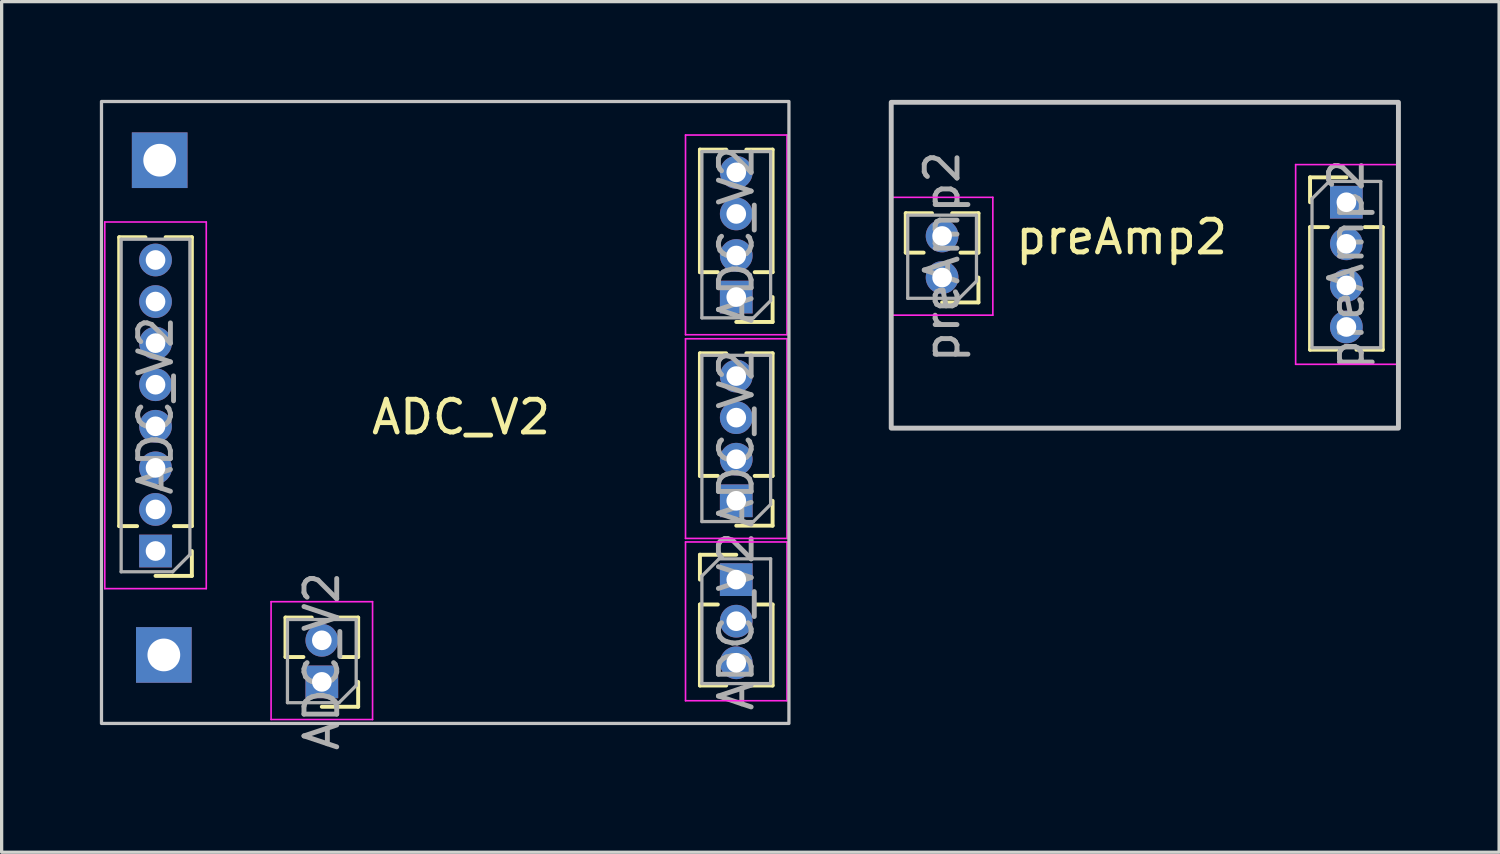
<source format=kicad_pcb>
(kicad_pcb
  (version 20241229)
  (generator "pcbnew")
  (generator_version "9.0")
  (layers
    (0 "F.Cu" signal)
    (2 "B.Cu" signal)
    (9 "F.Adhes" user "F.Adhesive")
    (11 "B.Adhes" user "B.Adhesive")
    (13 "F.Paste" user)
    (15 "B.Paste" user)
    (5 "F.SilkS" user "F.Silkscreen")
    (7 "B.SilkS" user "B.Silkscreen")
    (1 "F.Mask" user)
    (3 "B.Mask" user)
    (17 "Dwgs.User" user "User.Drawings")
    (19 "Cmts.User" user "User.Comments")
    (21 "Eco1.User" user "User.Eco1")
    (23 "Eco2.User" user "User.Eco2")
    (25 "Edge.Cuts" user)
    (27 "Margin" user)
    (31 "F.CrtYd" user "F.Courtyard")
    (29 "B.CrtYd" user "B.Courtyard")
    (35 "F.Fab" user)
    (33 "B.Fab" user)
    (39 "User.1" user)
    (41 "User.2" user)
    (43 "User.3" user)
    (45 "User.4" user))
  (footprint "ADC_V2"
    (layer "F.Cu")
    (at 11.034 10.191)
    (property "Reference" "ADC_V2" (at 0 -0.5 0) (unlocked yes) (layer "F.SilkS") (effects (font (size 1 1) (thickness 0.15))))
    (attr through_hole)
    (fp_line (start -10.443 2.831) (end -10.443 -5.994) (stroke (width 0.12) (type solid)) (layer "F.SilkS"))
    (fp_line (start -9.896 2.831) (end -10.443 2.831) (stroke (width 0.12) (type solid)) (layer "F.SilkS"))
    (fp_line (start -9.64 -5.994) (end -10.443 -5.994) (stroke (width 0.12) (type solid)) (layer "F.SilkS"))
    (fp_line (start -8.223 -5.994) (end -9.025 -5.994) (stroke (width 0.12) (type solid)) (layer "F.SilkS"))
    (fp_line (start -8.223 2.831) (end -8.769 2.831) (stroke (width 0.12) (type solid)) (layer "F.SilkS"))
    (fp_line (start -8.223 2.831) (end -8.223 -5.994) (stroke (width 0.12) (type solid)) (layer "F.SilkS"))
    (fp_line (start -8.223 3.591) (end -8.223 4.351) (stroke (width 0.12) (type solid)) (layer "F.SilkS"))
    (fp_line (start -8.223 4.351) (end -9.333 4.351) (stroke (width 0.12) (type solid)) (layer "F.SilkS"))
    (fp_line (start -5.363 6.829) (end -5.363 5.624) (stroke (width 0.12) (type solid)) (layer "F.SilkS"))
    (fp_line (start -4.816 6.829) (end -5.363 6.829) (stroke (width 0.12) (type solid)) (layer "F.SilkS"))
    (fp_line (start -4.56 5.624) (end -5.363 5.624) (stroke (width 0.12) (type solid)) (layer "F.SilkS"))
    (fp_line (start -3.143 5.624) (end -3.945 5.624) (stroke (width 0.12) (type solid)) (layer "F.SilkS"))
    (fp_line (start -3.143 6.829) (end -3.689 6.829) (stroke (width 0.12) (type solid)) (layer "F.SilkS"))
    (fp_line (start -3.143 6.829) (end -3.143 5.624) (stroke (width 0.12) (type solid)) (layer "F.SilkS"))
    (fp_line (start -3.143 7.589) (end -3.143 8.349) (stroke (width 0.12) (type solid)) (layer "F.SilkS"))
    (fp_line (start -3.143 8.349) (end -4.253 8.349) (stroke (width 0.12) (type solid)) (layer "F.SilkS"))
    (fp_line (start 7.297 -4.926) (end 7.297 -8.671) (stroke (width 0.12) (type solid)) (layer "F.SilkS"))
    (fp_line (start 7.297 1.297) (end 7.297 -2.448) (stroke (width 0.12) (type solid)) (layer "F.SilkS"))
    (fp_line (start 7.297 3.705) (end 8.407 3.705) (stroke (width 0.12) (type solid)) (layer "F.SilkS"))
    (fp_line (start 7.297 4.465) (end 7.297 3.705) (stroke (width 0.12) (type solid)) (layer "F.SilkS"))
    (fp_line (start 7.297 5.225) (end 7.297 7.7) (stroke (width 0.12) (type solid)) (layer "F.SilkS"))
    (fp_line (start 7.297 5.225) (end 7.844 5.225) (stroke (width 0.12) (type solid)) (layer "F.SilkS"))
    (fp_line (start 7.297 7.7) (end 8.1 7.7) (stroke (width 0.12) (type solid)) (layer "F.SilkS"))
    (fp_line (start 7.844 -4.926) (end 7.297 -4.926) (stroke (width 0.12) (type solid)) (layer "F.SilkS"))
    (fp_line (start 7.844 1.297) (end 7.297 1.297) (stroke (width 0.12) (type solid)) (layer "F.SilkS"))
    (fp_line (start 8.1 -8.671) (end 7.297 -8.671) (stroke (width 0.12) (type solid)) (layer "F.SilkS"))
    (fp_line (start 8.1 -2.448) (end 7.297 -2.448) (stroke (width 0.12) (type solid)) (layer "F.SilkS"))
    (fp_line (start 8.715 7.7) (end 9.517 7.7) (stroke (width 0.12) (type solid)) (layer "F.SilkS"))
    (fp_line (start 8.971 5.225) (end 9.517 5.225) (stroke (width 0.12) (type solid)) (layer "F.SilkS"))
    (fp_line (start 9.517 -8.671) (end 8.715 -8.671) (stroke (width 0.12) (type solid)) (layer "F.SilkS"))
    (fp_line (start 9.517 -4.926) (end 8.971 -4.926) (stroke (width 0.12) (type solid)) (layer "F.SilkS"))
    (fp_line (start 9.517 -4.926) (end 9.517 -8.671) (stroke (width 0.12) (type solid)) (layer "F.SilkS"))
    (fp_line (start 9.517 -4.166) (end 9.517 -3.406) (stroke (width 0.12) (type solid)) (layer "F.SilkS"))
    (fp_line (start 9.517 -3.406) (end 8.407 -3.406) (stroke (width 0.12) (type solid)) (layer "F.SilkS"))
    (fp_line (start 9.517 -2.448) (end 8.715 -2.448) (stroke (width 0.12) (type solid)) (layer "F.SilkS"))
    (fp_line (start 9.517 1.297) (end 8.971 1.297) (stroke (width 0.12) (type solid)) (layer "F.SilkS"))
    (fp_line (start 9.517 1.297) (end 9.517 -2.448) (stroke (width 0.12) (type solid)) (layer "F.SilkS"))
    (fp_line (start 9.517 2.057) (end 9.517 2.817) (stroke (width 0.12) (type solid)) (layer "F.SilkS"))
    (fp_line (start 9.517 2.817) (end 8.407 2.817) (stroke (width 0.12) (type solid)) (layer "F.SilkS"))
    (fp_line (start 9.517 5.225) (end 9.517 7.7) (stroke (width 0.12) (type solid)) (layer "F.SilkS"))
    (fp_rect (start -10.984 -10.141) (end 10.016 8.859) (stroke (width 0.1) (type default)) (fill no) (layer "Dwgs.User"))
    (fp_line (start -10.883 -6.459) (end -10.883 4.741) (stroke (width 0.05) (type solid)) (layer "F.CrtYd"))
    (fp_line (start -10.883 4.741) (end -7.783 4.741) (stroke (width 0.05) (type solid)) (layer "F.CrtYd"))
    (fp_line (start -7.783 -6.459) (end -10.883 -6.459) (stroke (width 0.05) (type solid)) (layer "F.CrtYd"))
    (fp_line (start -7.783 4.741) (end -7.783 -6.459) (stroke (width 0.05) (type solid)) (layer "F.CrtYd"))
    (fp_line (start -5.803 5.139) (end -5.803 8.739) (stroke (width 0.05) (type solid)) (layer "F.CrtYd"))
    (fp_line (start -5.803 8.739) (end -2.703 8.739) (stroke (width 0.05) (type solid)) (layer "F.CrtYd"))
    (fp_line (start -2.703 5.139) (end -5.803 5.139) (stroke (width 0.05) (type solid)) (layer "F.CrtYd"))
    (fp_line (start -2.703 8.739) (end -2.703 5.139) (stroke (width 0.05) (type solid)) (layer "F.CrtYd"))
    (fp_line (start 6.857 -9.116) (end 6.857 -3.016) (stroke (width 0.05) (type solid)) (layer "F.CrtYd"))
    (fp_line (start 6.857 -3.016) (end 9.957 -3.016) (stroke (width 0.05) (type solid)) (layer "F.CrtYd"))
    (fp_line (start 6.857 -2.893) (end 6.857 3.207) (stroke (width 0.05) (type solid)) (layer "F.CrtYd"))
    (fp_line (start 6.857 3.207) (end 9.957 3.207) (stroke (width 0.05) (type solid)) (layer "F.CrtYd"))
    (fp_line (start 6.857 3.315) (end 6.857 8.165) (stroke (width 0.05) (type solid)) (layer "F.CrtYd"))
    (fp_line (start 6.857 8.165) (end 9.957 8.165) (stroke (width 0.05) (type solid)) (layer "F.CrtYd"))
    (fp_line (start 9.957 -9.116) (end 6.857 -9.116) (stroke (width 0.05) (type solid)) (layer "F.CrtYd"))
    (fp_line (start 9.957 -3.016) (end 9.957 -9.116) (stroke (width 0.05) (type solid)) (layer "F.CrtYd"))
    (fp_line (start 9.957 -2.893) (end 6.857 -2.893) (stroke (width 0.05) (type solid)) (layer "F.CrtYd"))
    (fp_line (start 9.957 3.207) (end 9.957 -2.893) (stroke (width 0.05) (type solid)) (layer "F.CrtYd"))
    (fp_line (start 9.957 3.315) (end 6.857 3.315) (stroke (width 0.05) (type solid)) (layer "F.CrtYd"))
    (fp_line (start 9.957 8.165) (end 9.957 3.315) (stroke (width 0.05) (type solid)) (layer "F.CrtYd"))
    (fp_line (start -10.383 -5.934) (end -8.283 -5.934) (stroke (width 0.1) (type solid)) (layer "F.Fab"))
    (fp_line (start -10.383 4.226) (end -10.383 -5.934) (stroke (width 0.1) (type solid)) (layer "F.Fab"))
    (fp_line (start -8.808 4.226) (end -10.383 4.226) (stroke (width 0.1) (type solid)) (layer "F.Fab"))
    (fp_line (start -8.283 -5.934) (end -8.283 3.701) (stroke (width 0.1) (type solid)) (layer "F.Fab"))
    (fp_line (start -8.283 3.701) (end -8.808 4.226) (stroke (width 0.1) (type solid)) (layer "F.Fab"))
    (fp_line (start -5.303 5.684) (end -3.203 5.684) (stroke (width 0.1) (type solid)) (layer "F.Fab"))
    (fp_line (start -5.303 8.224) (end -5.303 5.684) (stroke (width 0.1) (type solid)) (layer "F.Fab"))
    (fp_line (start -3.728 8.224) (end -5.303 8.224) (stroke (width 0.1) (type solid)) (layer "F.Fab"))
    (fp_line (start -3.203 5.684) (end -3.203 7.699) (stroke (width 0.1) (type solid)) (layer "F.Fab"))
    (fp_line (start -3.203 7.699) (end -3.728 8.224) (stroke (width 0.1) (type solid)) (layer "F.Fab"))
    (fp_line (start 7.357 -8.611) (end 9.457 -8.611) (stroke (width 0.1) (type solid)) (layer "F.Fab"))
    (fp_line (start 7.357 -3.531) (end 7.357 -8.611) (stroke (width 0.1) (type solid)) (layer "F.Fab"))
    (fp_line (start 7.357 -2.388) (end 9.457 -2.388) (stroke (width 0.1) (type solid)) (layer "F.Fab"))
    (fp_line (start 7.357 2.692) (end 7.357 -2.388) (stroke (width 0.1) (type solid)) (layer "F.Fab"))
    (fp_line (start 7.357 4.355) (end 7.882 3.83) (stroke (width 0.1) (type solid)) (layer "F.Fab"))
    (fp_line (start 7.357 7.64) (end 7.357 4.355) (stroke (width 0.1) (type solid)) (layer "F.Fab"))
    (fp_line (start 7.882 3.83) (end 9.457 3.83) (stroke (width 0.1) (type solid)) (layer "F.Fab"))
    (fp_line (start 8.932 -3.531) (end 7.357 -3.531) (stroke (width 0.1) (type solid)) (layer "F.Fab"))
    (fp_line (start 8.932 2.692) (end 7.357 2.692) (stroke (width 0.1) (type solid)) (layer "F.Fab"))
    (fp_line (start 9.457 -8.611) (end 9.457 -4.056) (stroke (width 0.1) (type solid)) (layer "F.Fab"))
    (fp_line (start 9.457 -4.056) (end 8.932 -3.531) (stroke (width 0.1) (type solid)) (layer "F.Fab"))
    (fp_line (start 9.457 -2.388) (end 9.457 2.167) (stroke (width 0.1) (type solid)) (layer "F.Fab"))
    (fp_line (start 9.457 2.167) (end 8.932 2.692) (stroke (width 0.1) (type solid)) (layer "F.Fab"))
    (fp_line (start 9.457 3.83) (end 9.457 7.64) (stroke (width 0.1) (type solid)) (layer "F.Fab"))
    (fp_line (start 9.457 7.64) (end 7.357 7.64) (stroke (width 0.1) (type solid)) (layer "F.Fab"))
    (fp_text user "${REFERENCE}" (at 8.407 5.735 90) (layer "F.Fab") (effects (font (size 1 1) (thickness 0.15))))
    (fp_text user "${REFERENCE}" (at -4.253 6.954 90) (layer "F.Fab") (effects (font (size 1 1) (thickness 0.15))))
    (fp_text user "${REFERENCE}" (at 8.407 -6.071 90) (layer "F.Fab") (effects (font (size 1 1) (thickness 0.15))))
    (fp_text user "${REFERENCE}" (at 8.407 0.152 90) (layer "F.Fab") (effects (font (size 1 1) (thickness 0.15))))
    (fp_text user "${REFERENCE}" (at -9.333 -0.854 90) (layer "F.Fab") (effects (font (size 1 1) (thickness 0.15))))
    (pad "1" thru_hole rect (at -9.206 -8.347) (size 1.7 1.7) (drill 1) (layers "*.Cu" "*.Mask"))
    (pad "2" thru_hole oval (at -9.333 -5.299 180) (size 1 1) (drill 0.6) (layers "*.Cu" "*.Mask"))
    (pad "3" thru_hole oval (at -9.333 -4.029 180) (size 1 1) (drill 0.6) (layers "*.Cu" "*.Mask"))
    (pad "4" thru_hole oval (at -9.333 -2.759 180) (size 1 1) (drill 0.6) (layers "*.Cu" "*.Mask"))
    (pad "5" thru_hole oval (at -9.333 -1.489 180) (size 1 1) (drill 0.6) (layers "*.Cu" "*.Mask"))
    (pad "6" thru_hole oval (at -9.333 -0.219 180) (size 1 1) (drill 0.6) (layers "*.Cu" "*.Mask"))
    (pad "7" thru_hole oval (at -9.333 1.051 180) (size 1 1) (drill 0.6) (layers "*.Cu" "*.Mask"))
    (pad "8" thru_hole oval (at -9.333 2.321 180) (size 1 1) (drill 0.6) (layers "*.Cu" "*.Mask"))
    (pad "9" thru_hole rect (at -9.333 3.591 180) (size 1 1) (drill 0.6) (layers "*.Cu" "*.Mask"))
    (pad "10" thru_hole rect (at -9.079 6.766) (size 1.7 1.7) (drill 1) (layers "*.Cu" "*.Mask"))
    (pad "11" thru_hole oval (at -4.253 6.319 180) (size 1 1) (drill 0.6) (layers "*.Cu" "*.Mask"))
    (pad "12" thru_hole rect (at -4.253 7.589 180) (size 1 1) (drill 0.6) (layers "*.Cu" "*.Mask"))
    (pad "13" thru_hole oval (at 8.407 -7.976 180) (size 1 1) (drill 0.6) (layers "*.Cu" "*.Mask"))
    (pad "14" thru_hole oval (at 8.407 -6.706 180) (size 1 1) (drill 0.6) (layers "*.Cu" "*.Mask"))
    (pad "15" thru_hole oval (at 8.407 -5.436 180) (size 1 1) (drill 0.6) (layers "*.Cu" "*.Mask"))
    (pad "16" thru_hole rect (at 8.407 -4.166 180) (size 1 1) (drill 0.6) (layers "*.Cu" "*.Mask"))
    (pad "17" thru_hole oval (at 8.407 -1.753 180) (size 1 1) (drill 0.6) (layers "*.Cu" "*.Mask"))
    (pad "18" thru_hole oval (at 8.407 -0.483 180) (size 1 1) (drill 0.6) (layers "*.Cu" "*.Mask"))
    (pad "19" thru_hole oval (at 8.407 0.787 180) (size 1 1) (drill 0.6) (layers "*.Cu" "*.Mask"))
    (pad "20" thru_hole rect (at 8.407 2.057 180) (size 1 1) (drill 0.6) (layers "*.Cu" "*.Mask"))
    (pad "21" thru_hole rect (at 8.407 4.465) (size 1 1) (drill 0.6) (layers "*.Cu" "*.Mask"))
    (pad "22" thru_hole oval (at 8.407 5.735) (size 1 1) (drill 0.6) (layers "*.Cu" "*.Mask"))
    (pad "23" thru_hole oval (at 8.407 7.005) (size 1 1) (drill 0.6) (layers "*.Cu" "*.Mask")))
  (footprint "preAmp2"
    (layer "F.Cu")
    (at 31.215 4.691)
    (property "Reference" "preAmp2" (at 0 -0.5 0) (unlocked yes) (layer "F.SilkS") (effects (font (size 1 1) (thickness 0.15))))
    (attr through_hole)
    (fp_line (start -6.596 -0.023) (end -6.596 -1.228) (stroke (width 0.12) (type solid)) (layer "F.SilkS"))
    (fp_line (start -6.05 -0.023) (end -6.596 -0.023) (stroke (width 0.12) (type solid)) (layer "F.SilkS"))
    (fp_line (start -5.794 -1.228) (end -6.596 -1.228) (stroke (width 0.12) (type solid)) (layer "F.SilkS"))
    (fp_line (start -4.376 -1.228) (end -5.179 -1.228) (stroke (width 0.12) (type solid)) (layer "F.SilkS"))
    (fp_line (start -4.376 -0.023) (end -4.923 -0.023) (stroke (width 0.12) (type solid)) (layer "F.SilkS"))
    (fp_line (start -4.376 -0.023) (end -4.376 -1.228) (stroke (width 0.12) (type solid)) (layer "F.SilkS"))
    (fp_line (start -4.376 0.737) (end -4.376 1.497) (stroke (width 0.12) (type solid)) (layer "F.SilkS"))
    (fp_line (start -4.376 1.497) (end -5.486 1.497) (stroke (width 0.12) (type solid)) (layer "F.SilkS"))
    (fp_line (start 5.754 -2.323) (end 6.864 -2.323) (stroke (width 0.12) (type solid)) (layer "F.SilkS"))
    (fp_line (start 5.754 -1.563) (end 5.754 -2.323) (stroke (width 0.12) (type solid)) (layer "F.SilkS"))
    (fp_line (start 5.754 -0.803) (end 5.754 2.942) (stroke (width 0.12) (type solid)) (layer "F.SilkS"))
    (fp_line (start 5.754 -0.803) (end 6.3 -0.803) (stroke (width 0.12) (type solid)) (layer "F.SilkS"))
    (fp_line (start 5.754 2.942) (end 6.556 2.942) (stroke (width 0.12) (type solid)) (layer "F.SilkS"))
    (fp_line (start 7.171 2.942) (end 7.974 2.942) (stroke (width 0.12) (type solid)) (layer "F.SilkS"))
    (fp_line (start 7.427 -0.803) (end 7.974 -0.803) (stroke (width 0.12) (type solid)) (layer "F.SilkS"))
    (fp_line (start 7.974 -0.803) (end 7.974 2.942) (stroke (width 0.12) (type solid)) (layer "F.SilkS"))
    (fp_rect (start -7.04 -4.616) (end 8.454 5.337) (stroke (width 0.15) (type default)) (fill no) (layer "Dwgs.User"))
    (fp_line (start -7.036 -1.713) (end -7.036 1.887) (stroke (width 0.05) (type solid)) (layer "F.CrtYd"))
    (fp_line (start -7.036 1.887) (end -3.936 1.887) (stroke (width 0.05) (type solid)) (layer "F.CrtYd"))
    (fp_line (start -3.936 -1.713) (end -7.036 -1.713) (stroke (width 0.05) (type solid)) (layer "F.CrtYd"))
    (fp_line (start -3.936 1.887) (end -3.936 -1.713) (stroke (width 0.05) (type solid)) (layer "F.CrtYd"))
    (fp_line (start 5.314 -2.713) (end 5.314 3.387) (stroke (width 0.05) (type solid)) (layer "F.CrtYd"))
    (fp_line (start 5.314 3.387) (end 8.414 3.387) (stroke (width 0.05) (type solid)) (layer "F.CrtYd"))
    (fp_line (start 8.414 -2.713) (end 5.314 -2.713) (stroke (width 0.05) (type solid)) (layer "F.CrtYd"))
    (fp_line (start 8.414 3.387) (end 8.414 -2.713) (stroke (width 0.05) (type solid)) (layer "F.CrtYd"))
    (fp_line (start -6.536 -1.168) (end -4.436 -1.168) (stroke (width 0.1) (type solid)) (layer "F.Fab"))
    (fp_line (start -6.536 1.372) (end -6.536 -1.168) (stroke (width 0.1) (type solid)) (layer "F.Fab"))
    (fp_line (start -4.961 1.372) (end -6.536 1.372) (stroke (width 0.1) (type solid)) (layer "F.Fab"))
    (fp_line (start -4.436 -1.168) (end -4.436 0.847) (stroke (width 0.1) (type solid)) (layer "F.Fab"))
    (fp_line (start -4.436 0.847) (end -4.961 1.372) (stroke (width 0.1) (type solid)) (layer "F.Fab"))
    (fp_line (start 5.814 -1.673) (end 6.339 -2.198) (stroke (width 0.1) (type solid)) (layer "F.Fab"))
    (fp_line (start 5.814 2.882) (end 5.814 -1.673) (stroke (width 0.1) (type solid)) (layer "F.Fab"))
    (fp_line (start 6.339 -2.198) (end 7.914 -2.198) (stroke (width 0.1) (type solid)) (layer "F.Fab"))
    (fp_line (start 7.914 -2.198) (end 7.914 2.882) (stroke (width 0.1) (type solid)) (layer "F.Fab"))
    (fp_line (start 7.914 2.882) (end 5.814 2.882) (stroke (width 0.1) (type solid)) (layer "F.Fab"))
    (fp_text user "${REFERENCE}" (at 6.864 0.342 90) (layer "F.Fab") (effects (font (size 1 1) (thickness 0.15))))
    (fp_text user "${REFERENCE}" (at -5.486 0.102 90) (layer "F.Fab") (effects (font (size 1 1) (thickness 0.15))))
    (pad "1" thru_hole oval (at -5.486 -0.533 180) (size 1 1) (drill 0.6) (layers "*.Cu" "*.Mask"))
    (pad "2" thru_hole circle (at -5.486 0.737 180) (size 1 1) (drill 0.6) (layers "*.Cu" "*.Mask"))
    (pad "3" thru_hole rect (at 6.864 -1.563) (size 1 1) (drill 0.6) (layers "*.Cu" "*.Mask"))
    (pad "4" thru_hole oval (at 6.864 -0.293) (size 1 1) (drill 0.6) (layers "*.Cu" "*.Mask"))
    (pad "5" thru_hole oval (at 6.864 0.977) (size 1 1) (drill 0.6) (layers "*.Cu" "*.Mask"))
    (pad "6" thru_hole oval (at 6.864 2.247) (size 1 1) (drill 0.6) (layers "*.Cu" "*.Mask")))
  (gr_rect
    (start -3 -3)
    (end 42.744 22.984)
    (stroke (width 0.1) (type default))
    (fill no)
    (layer "Edge.Cuts")))
</source>
